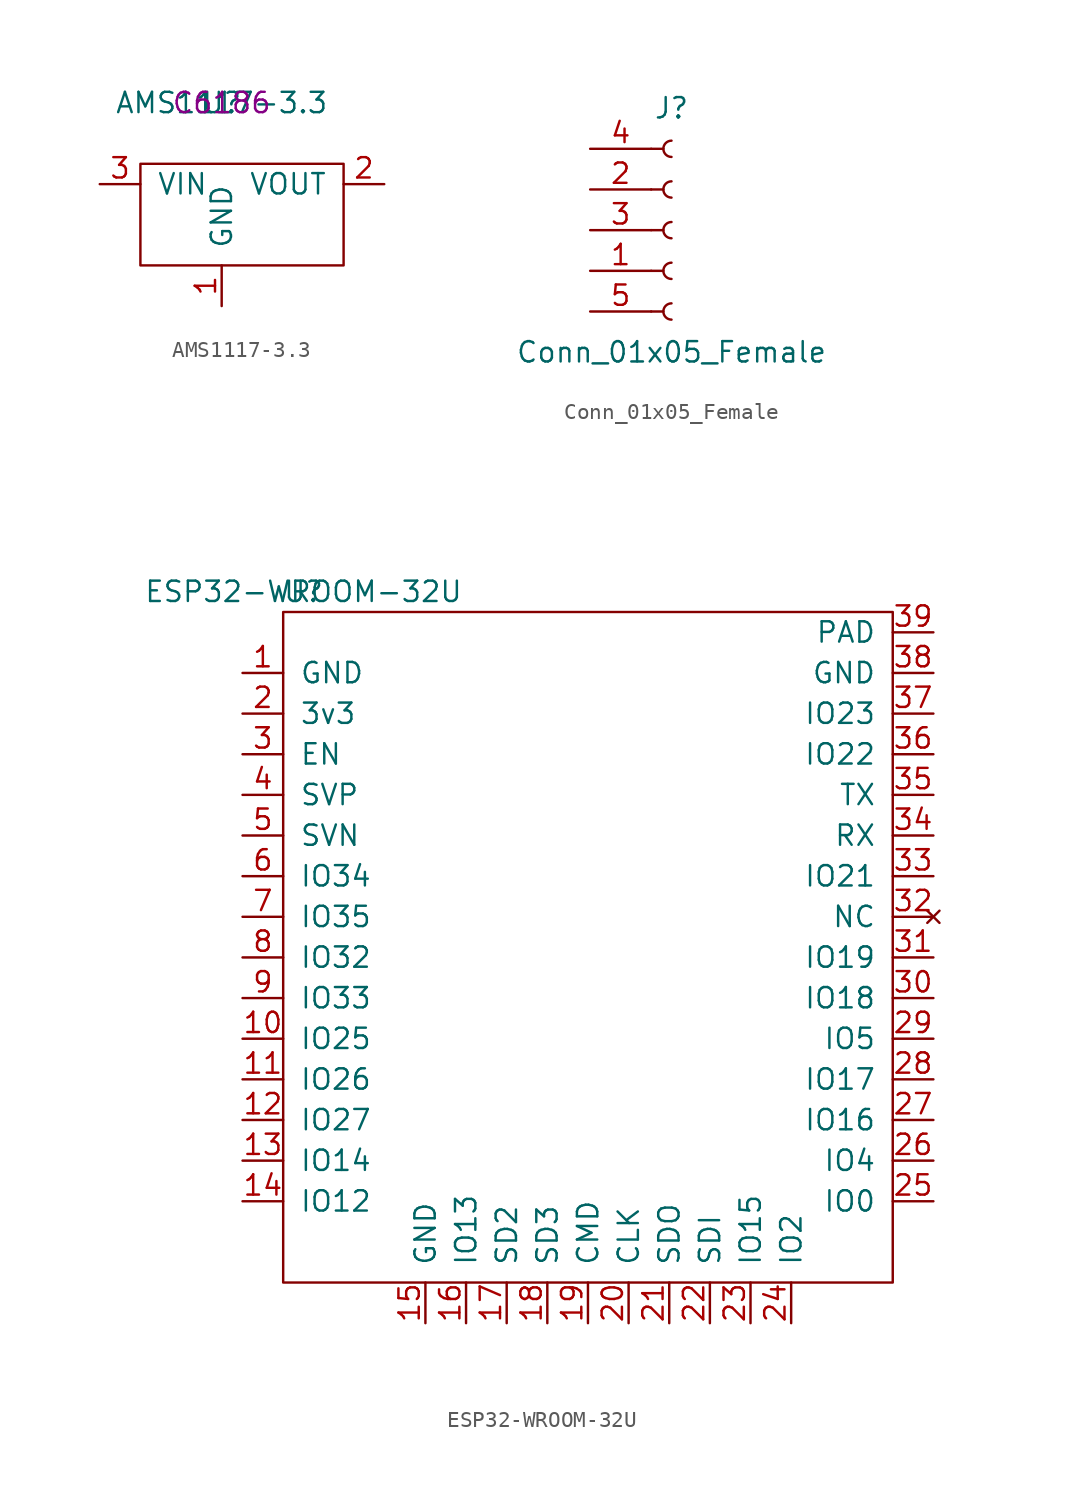
<source format=kicad_sym>
(kicad_symbol_lib
  (version 20211014)
  (generator kicad_symbol_editor)
  (symbol "AMS1117-3.3"
    (pin_names
      (offset 1.016))
    (property "Reference" "U"
      (at 0 0 0)
      (effects (font (size 1.27 1.27))))
    (property "Value" "AMS1117-3.3"
      (at 0 0 0)
      (effects (font (size 1.27 1.27))))
    (property "LCSC" "C6186"
      (at 0 0 0)
      (effects (font (size 1.27 1.27))))
    (symbol "AMS1117-3.3_0_1"
      (rectangle (start -5.08 -3.81) (end 7.62 -10.16) (stroke (width 0) (type default) (color 0 0 0 0)) (fill (type none))))
    (symbol "AMS1117-3.3_1_1"
      (pin input line (at 0 -12.7 90) (length 2.54) (name "GND" (effects (font (size 1.27 1.27)))) (number "1" (effects (font (size 1.27 1.27)))))
      (pin input line (at 10.16 -5.08 180) (length 2.54) (name "VOUT" (effects (font (size 1.27 1.27)))) (number "2" (effects (font (size 1.27 1.27)))))
      (pin input line (at -7.62 -5.08 0) (length 2.54) (name "VIN" (effects (font (size 1.27 1.27)))) (number "3" (effects (font (size 1.27 1.27)))))))
  (symbol "Conn_01x05_Female"
    (pin_names
      (offset 1.016) hide)
    (property "Reference" "J"
      (at 0 7.62 0)
      (effects (font (size 1.27 1.27))))
    (property "Value" "Conn_01x05_Female"
      (at 0 -7.62 0)
      (effects (font (size 1.27 1.27))))
    (symbol "Conn_01x05_Female_1_1"
      (arc (start 0 -4.572) (mid -0.508 -5.08) (end 0 -5.588) (stroke (width 0.1524) (type default) (color 0 0 0 0)) (fill (type none)))
      (arc (start 0 -2.032) (mid -0.508 -2.54) (end 0 -3.048) (stroke (width 0.1524) (type default) (color 0 0 0 0)) (fill (type none)))
      (polyline (pts (xy -1.27 -5.08) (xy -0.508 -5.08)) (stroke (width 0.152) (type default) (color 0 0 0 0)) (fill (type none)))
      (polyline (pts (xy -1.27 -2.54) (xy -0.508 -2.54)) (stroke (width 0.152) (type default) (color 0 0 0 0)) (fill (type none)))
      (polyline (pts (xy -1.27 0) (xy -0.508 0)) (stroke (width 0.152) (type default) (color 0 0 0 0)) (fill (type none)))
      (polyline (pts (xy -1.27 2.54) (xy -0.508 2.54)) (stroke (width 0.152) (type default) (color 0 0 0 0)) (fill (type none)))
      (polyline (pts (xy -1.27 5.08) (xy -0.508 5.08)) (stroke (width 0.152) (type default) (color 0 0 0 0)) (fill (type none)))
      (arc (start 0 0.508) (mid -0.508 0) (end 0 -0.508) (stroke (width 0.1524) (type default) (color 0 0 0 0)) (fill (type none)))
      (arc (start 0 3.048) (mid -0.508 2.54) (end 0 2.032) (stroke (width 0.1524) (type default) (color 0 0 0 0)) (fill (type none)))
      (arc (start 0 5.588) (mid -0.508 5.08) (end 0 4.572) (stroke (width 0.1524) (type default) (color 0 0 0 0)) (fill (type none)))
      (pin passive line (at -5.08 -2.54 0) (length 3.81) (name "Pin_4" (effects (font (size 1.27 1.27)))) (number "1" (effects (font (size 1.27 1.27)))))
      (pin passive line (at -5.08 2.54 0) (length 3.81) (name "Pin_2" (effects (font (size 1.27 1.27)))) (number "2" (effects (font (size 1.27 1.27)))))
      (pin passive line (at -5.08 0 0) (length 3.81) (name "Pin_3" (effects (font (size 1.27 1.27)))) (number "3" (effects (font (size 1.27 1.27)))))
      (pin passive line (at -5.08 5.08 0) (length 3.81) (name "Pin_1" (effects (font (size 1.27 1.27)))) (number "4" (effects (font (size 1.27 1.27)))))
      (pin passive line (at -5.08 -5.08 0) (length 3.81) (name "Pin_5" (effects (font (size 1.27 1.27)))) (number "5" (effects (font (size 1.27 1.27)))))))
  (symbol "ESP32-WROOM-32U"
    (pin_names
      (offset 1.016))
    (property "Reference" "U"
      (at 0 0 0)
      (effects (font (size 1.27 1.27))))
    (property "Value" "ESP32-WROOM-32U"
      (at 0 0 0)
      (effects (font (size 1.27 1.27))))
    (symbol "ESP32-WROOM-32U_0_1"
      (rectangle (start -1.27 -1.27) (end 36.83 -43.18) (stroke (width 0) (type default) (color 0 0 0 0)) (fill (type none))))
    (symbol "ESP32-WROOM-32U_1_1"
      (pin input line (at -3.81 -5.08 0) (length 2.54) (name "GND" (effects (font (size 1.27 1.27)))) (number "1" (effects (font (size 1.27 1.27)))))
      (pin input line (at -3.81 -27.94 0) (length 2.54) (name "IO25" (effects (font (size 1.27 1.27)))) (number "10" (effects (font (size 1.27 1.27)))))
      (pin input line (at -3.81 -30.48 0) (length 2.54) (name "IO26" (effects (font (size 1.27 1.27)))) (number "11" (effects (font (size 1.27 1.27)))))
      (pin input line (at -3.81 -33.02 0) (length 2.54) (name "IO27" (effects (font (size 1.27 1.27)))) (number "12" (effects (font (size 1.27 1.27)))))
      (pin input line (at -3.81 -35.56 0) (length 2.54) (name "IO14" (effects (font (size 1.27 1.27)))) (number "13" (effects (font (size 1.27 1.27)))))
      (pin input line (at -3.81 -38.1 0) (length 2.54) (name "IO12" (effects (font (size 1.27 1.27)))) (number "14" (effects (font (size 1.27 1.27)))))
      (pin input line (at 7.62 -45.72 90) (length 2.54) (name "GND" (effects (font (size 1.27 1.27)))) (number "15" (effects (font (size 1.27 1.27)))))
      (pin input line (at 10.16 -45.72 90) (length 2.54) (name "IO13" (effects (font (size 1.27 1.27)))) (number "16" (effects (font (size 1.27 1.27)))))
      (pin input line (at 12.7 -45.72 90) (length 2.54) (name "SD2" (effects (font (size 1.27 1.27)))) (number "17" (effects (font (size 1.27 1.27)))))
      (pin input line (at 15.24 -45.72 90) (length 2.54) (name "SD3" (effects (font (size 1.27 1.27)))) (number "18" (effects (font (size 1.27 1.27)))))
      (pin input line (at 17.78 -45.72 90) (length 2.54) (name "CMD" (effects (font (size 1.27 1.27)))) (number "19" (effects (font (size 1.27 1.27)))))
      (pin input line (at -3.81 -7.62 0) (length 2.54) (name "3v3" (effects (font (size 1.27 1.27)))) (number "2" (effects (font (size 1.27 1.27)))))
      (pin input line (at 20.32 -45.72 90) (length 2.54) (name "CLK" (effects (font (size 1.27 1.27)))) (number "20" (effects (font (size 1.27 1.27)))))
      (pin input line (at 22.86 -45.72 90) (length 2.54) (name "SDO" (effects (font (size 1.27 1.27)))) (number "21" (effects (font (size 1.27 1.27)))))
      (pin input line (at 25.4 -45.72 90) (length 2.54) (name "SDI" (effects (font (size 1.27 1.27)))) (number "22" (effects (font (size 1.27 1.27)))))
      (pin input line (at 27.94 -45.72 90) (length 2.54) (name "IO15" (effects (font (size 1.27 1.27)))) (number "23" (effects (font (size 1.27 1.27)))))
      (pin input line (at 30.48 -45.72 90) (length 2.54) (name "IO2" (effects (font (size 1.27 1.27)))) (number "24" (effects (font (size 1.27 1.27)))))
      (pin input line (at 39.37 -38.1 180) (length 2.54) (name "IO0" (effects (font (size 1.27 1.27)))) (number "25" (effects (font (size 1.27 1.27)))))
      (pin input line (at 39.37 -35.56 180) (length 2.54) (name "IO4" (effects (font (size 1.27 1.27)))) (number "26" (effects (font (size 1.27 1.27)))))
      (pin input line (at 39.37 -33.02 180) (length 2.54) (name "IO16" (effects (font (size 1.27 1.27)))) (number "27" (effects (font (size 1.27 1.27)))))
      (pin input line (at 39.37 -30.48 180) (length 2.54) (name "IO17" (effects (font (size 1.27 1.27)))) (number "28" (effects (font (size 1.27 1.27)))))
      (pin input line (at 39.37 -27.94 180) (length 2.54) (name "IO5" (effects (font (size 1.27 1.27)))) (number "29" (effects (font (size 1.27 1.27)))))
      (pin input line (at -3.81 -10.16 0) (length 2.54) (name "EN" (effects (font (size 1.27 1.27)))) (number "3" (effects (font (size 1.27 1.27)))))
      (pin input line (at 39.37 -25.4 180) (length 2.54) (name "IO18" (effects (font (size 1.27 1.27)))) (number "30" (effects (font (size 1.27 1.27)))))
      (pin input line (at 39.37 -22.86 180) (length 2.54) (name "IO19" (effects (font (size 1.27 1.27)))) (number "31" (effects (font (size 1.27 1.27)))))
      (pin no_connect line (at 39.37 -20.32 180) (length 2.54) (name "NC" (effects (font (size 1.27 1.27)))) (number "32" (effects (font (size 1.27 1.27)))))
      (pin input line (at 39.37 -17.78 180) (length 2.54) (name "IO21" (effects (font (size 1.27 1.27)))) (number "33" (effects (font (size 1.27 1.27)))))
      (pin input line (at 39.37 -15.24 180) (length 2.54) (name "RX" (effects (font (size 1.27 1.27)))) (number "34" (effects (font (size 1.27 1.27)))))
      (pin input line (at 39.37 -12.7 180) (length 2.54) (name "TX" (effects (font (size 1.27 1.27)))) (number "35" (effects (font (size 1.27 1.27)))))
      (pin input line (at 39.37 -10.16 180) (length 2.54) (name "IO22" (effects (font (size 1.27 1.27)))) (number "36" (effects (font (size 1.27 1.27)))))
      (pin input line (at 39.37 -7.62 180) (length 2.54) (name "IO23" (effects (font (size 1.27 1.27)))) (number "37" (effects (font (size 1.27 1.27)))))
      (pin input line (at 39.37 -5.08 180) (length 2.54) (name "GND" (effects (font (size 1.27 1.27)))) (number "38" (effects (font (size 1.27 1.27)))))
      (pin input line (at 39.37 -2.54 180) (length 2.54) (name "PAD" (effects (font (size 1.27 1.27)))) (number "39" (effects (font (size 1.27 1.27)))))
      (pin input line (at -3.81 -12.7 0) (length 2.54) (name "SVP" (effects (font (size 1.27 1.27)))) (number "4" (effects (font (size 1.27 1.27)))))
      (pin input line (at -3.81 -15.24 0) (length 2.54) (name "SVN" (effects (font (size 1.27 1.27)))) (number "5" (effects (font (size 1.27 1.27)))))
      (pin input line (at -3.81 -17.78 0) (length 2.54) (name "IO34" (effects (font (size 1.27 1.27)))) (number "6" (effects (font (size 1.27 1.27)))))
      (pin input line (at -3.81 -20.32 0) (length 2.54) (name "IO35" (effects (font (size 1.27 1.27)))) (number "7" (effects (font (size 1.27 1.27)))))
      (pin input line (at -3.81 -22.86 0) (length 2.54) (name "IO32" (effects (font (size 1.27 1.27)))) (number "8" (effects (font (size 1.27 1.27)))))
      (pin input line (at -3.81 -25.4 0) (length 2.54) (name "IO33" (effects (font (size 1.27 1.27)))) (number "9" (effects (font (size 1.27 1.27))))))))
</source>
